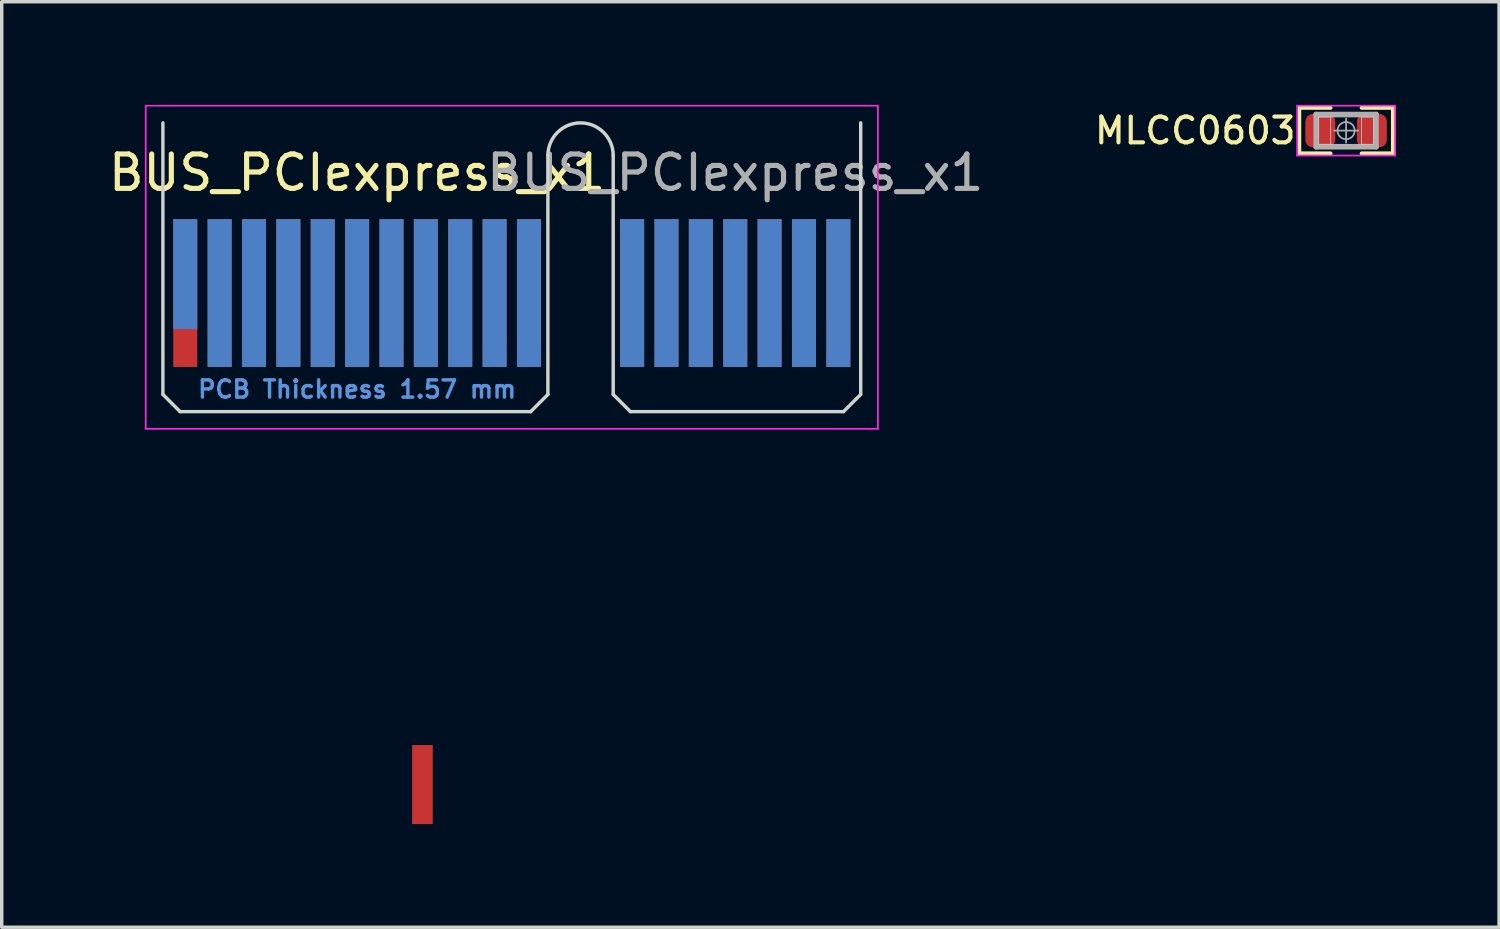
<source format=kicad_pcb>
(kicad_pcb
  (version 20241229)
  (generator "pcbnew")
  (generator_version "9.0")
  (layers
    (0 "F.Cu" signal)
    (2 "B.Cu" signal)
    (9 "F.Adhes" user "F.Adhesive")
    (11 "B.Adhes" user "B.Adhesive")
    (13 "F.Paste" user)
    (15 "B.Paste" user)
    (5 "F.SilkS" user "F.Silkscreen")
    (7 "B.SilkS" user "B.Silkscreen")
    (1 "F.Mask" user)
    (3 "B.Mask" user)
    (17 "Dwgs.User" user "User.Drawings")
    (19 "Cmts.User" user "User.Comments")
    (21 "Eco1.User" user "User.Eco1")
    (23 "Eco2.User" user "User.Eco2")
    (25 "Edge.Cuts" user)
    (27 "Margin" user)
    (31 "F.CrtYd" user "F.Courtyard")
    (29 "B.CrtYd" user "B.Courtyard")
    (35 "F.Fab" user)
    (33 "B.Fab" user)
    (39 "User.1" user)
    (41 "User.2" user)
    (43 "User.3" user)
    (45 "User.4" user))
  (footprint "BUS_PCIexpress_x1"
    (layer "F.Cu")
    (at 13.839 20.575)
    (property "Reference" "BUS_PCIexpress_x1" (at -6.5 -18.6 0) (layer "F.SilkS") (effects (font (size 1 1) (thickness 0.15))))
    (attr exclude_from_pos_files exclude_from_bom)
    (fp_line (start -12.15 -20.05) (end -12.15 -12.15) (stroke (width 0.1) (type solid)) (layer "Edge.Cuts"))
    (fp_line (start -12.15 -12.15) (end -11.65 -11.65) (stroke (width 0.1) (type solid)) (layer "Edge.Cuts"))
    (fp_line (start -11.65 -11.65) (end -1.45 -11.65) (stroke (width 0.1) (type solid)) (layer "Edge.Cuts"))
    (fp_line (start -0.95 -19.1) (end -0.95 -12.15) (stroke (width 0.1) (type solid)) (layer "Edge.Cuts"))
    (fp_line (start -0.95 -12.15) (end -1.45 -11.65) (stroke (width 0.1) (type solid)) (layer "Edge.Cuts"))
    (fp_line (start 0.95 -19.1) (end 0.95 -12.15) (stroke (width 0.1) (type solid)) (layer "Edge.Cuts"))
    (fp_line (start 0.95 -12.15) (end 1.45 -11.65) (stroke (width 0.1) (type solid)) (layer "Edge.Cuts"))
    (fp_line (start 1.45 -11.65) (end 7.65 -11.65) (stroke (width 0.1) (type solid)) (layer "Edge.Cuts"))
    (fp_line (start 8.15 -20.05) (end 8.15 -12.15) (stroke (width 0.1) (type solid)) (layer "Edge.Cuts"))
    (fp_line (start 8.15 -12.15) (end 7.65 -11.65) (stroke (width 0.1) (type solid)) (layer "Edge.Cuts"))
    (fp_arc (start -0.95 -19.1) (mid 0 -20.05) (end 0.95 -19.1) (stroke (width 0.1) (type solid)) (layer "Edge.Cuts"))
    (fp_line (start -12.65 -20.55) (end -12.65 -11.15) (stroke (width 0.05) (type solid)) (layer "F.CrtYd"))
    (fp_line (start -12.65 -20.55) (end 8.65 -20.55) (stroke (width 0.05) (type solid)) (layer "F.CrtYd"))
    (fp_line (start 8.65 -11.15) (end -12.65 -11.15) (stroke (width 0.05) (type solid)) (layer "F.CrtYd"))
    (fp_line (start 8.65 -11.15) (end 8.65 -20.55) (stroke (width 0.05) (type solid)) (layer "F.CrtYd"))
    (fp_text user "PCB Thickness 1.57 mm" (at -6.5 -12.3 180) (layer "Cmts.User") (effects (font (size 0.5 0.5) (thickness 0.1))))
    (fp_text user "${REFERENCE}" (at 4.5 -18.6 0) (layer "F.Fab") (effects (font (size 1 1) (thickness 0.15))))
    (pad "1" smd rect (at -4.6 -0.8 90) (size 2.3 0.6) (layers "F.Cu" "F.Mask" "F.Paste"))
    (pad "A1" connect rect (at -11.5 -15.65) (size 0.7 3.2) (layers "B.Cu" "B.Mask"))
    (pad "A2" connect rect (at -10.5 -15.1) (size 0.7 4.3) (layers "B.Cu" "B.Mask"))
    (pad "A3" connect rect (at -9.5 -15.1) (size 0.7 4.3) (layers "B.Cu" "B.Mask"))
    (pad "A4" connect rect (at -8.5 -15.1) (size 0.7 4.3) (layers "B.Cu" "B.Mask"))
    (pad "A5" connect rect (at -7.5 -15.1) (size 0.7 4.3) (layers "B.Cu" "B.Mask"))
    (pad "A6" connect rect (at -6.5 -15.1) (size 0.7 4.3) (layers "B.Cu" "B.Mask"))
    (pad "A7" connect rect (at -5.5 -15.1) (size 0.7 4.3) (layers "B.Cu" "B.Mask"))
    (pad "A8" connect rect (at -4.5 -15.1) (size 0.7 4.3) (layers "B.Cu" "B.Mask"))
    (pad "A9" connect rect (at -3.5 -15.1) (size 0.7 4.3) (layers "B.Cu" "B.Mask"))
    (pad "A10" connect rect (at -2.5 -15.1) (size 0.7 4.3) (layers "B.Cu" "B.Mask"))
    (pad "A11" connect rect (at -1.5 -15.1) (size 0.7 4.3) (layers "B.Cu" "B.Mask"))
    (pad "A12" connect rect (at 1.5 -15.1) (size 0.7 4.3) (layers "B.Cu" "B.Mask"))
    (pad "A13" connect rect (at 2.5 -15.1) (size 0.7 4.3) (layers "B.Cu" "B.Mask"))
    (pad "A14" connect rect (at 3.5 -15.1) (size 0.7 4.3) (layers "B.Cu" "B.Mask"))
    (pad "A15" connect rect (at 4.5 -15.1) (size 0.7 4.3) (layers "B.Cu" "B.Mask"))
    (pad "A16" connect rect (at 5.5 -15.1) (size 0.7 4.3) (layers "B.Cu" "B.Mask"))
    (pad "A17" connect rect (at 6.5 -15.1) (size 0.7 4.3) (layers "B.Cu" "B.Mask"))
    (pad "A18" connect rect (at 7.5 -15.1) (size 0.7 4.3) (layers "B.Cu" "B.Mask"))
    (pad "B1" connect rect (at -11.5 -15.1) (size 0.7 4.3) (layers "F.Cu" "F.Mask"))
    (pad "B2" connect rect (at -10.5 -15.1) (size 0.7 4.3) (layers "F.Cu" "F.Mask"))
    (pad "B3" connect rect (at -9.5 -15.1) (size 0.7 4.3) (layers "F.Cu" "F.Mask"))
    (pad "B4" connect rect (at -8.5 -15.1) (size 0.7 4.3) (layers "F.Cu" "F.Mask"))
    (pad "B5" connect rect (at -7.5 -15.1) (size 0.7 4.3) (layers "F.Cu" "F.Mask"))
    (pad "B6" connect rect (at -6.5 -15.1) (size 0.7 4.3) (layers "F.Cu" "F.Mask"))
    (pad "B7" connect rect (at -5.5 -15.1) (size 0.7 4.3) (layers "F.Cu" "F.Mask"))
    (pad "B8" connect rect (at -4.5 -15.1) (size 0.7 4.3) (layers "F.Cu" "F.Mask"))
    (pad "B9" connect rect (at -3.5 -15.1) (size 0.7 4.3) (layers "F.Cu" "F.Mask"))
    (pad "B10" connect rect (at -2.5 -15.1) (size 0.7 4.3) (layers "F.Cu" "F.Mask"))
    (pad "B11" connect rect (at -1.5 -15.1) (size 0.7 4.3) (layers "F.Cu" "F.Mask"))
    (pad "B12" connect rect (at 1.5 -15.1) (size 0.7 4.3) (layers "F.Cu" "F.Mask"))
    (pad "B13" connect rect (at 2.5 -15.1) (size 0.7 4.3) (layers "F.Cu" "F.Mask"))
    (pad "B14" connect rect (at 3.5 -15.1) (size 0.7 4.3) (layers "F.Cu" "F.Mask"))
    (pad "B15" connect rect (at 4.5 -15.1) (size 0.7 4.3) (layers "F.Cu" "F.Mask"))
    (pad "B16" connect rect (at 5.5 -15.1) (size 0.7 4.3) (layers "F.Cu" "F.Mask"))
    (pad "B17" connect rect (at 6.5 -15.65) (size 0.7 3.2) (layers "F.Cu" "F.Mask"))
    (pad "B18" connect rect (at 7.5 -15.1) (size 0.7 4.3) (layers "F.Cu" "F.Mask")))
  (footprint "MLCC0603"
    (layer "F.Cu")
    (at 36.11 0.75)
    (property "Reference" "MLCC0603" (at -1.4 0 0) (layer "F.SilkS") (effects (font (size 0.75 0.75) (thickness 0.12)) (justify right)))
    (attr smd)
    (fp_line (start -1.365 -0.665) (end -0.455 -0.665) (stroke (width 0.12) (type solid)) (layer "F.SilkS"))
    (fp_line (start -1.365 0.665) (end -1.365 -0.665) (stroke (width 0.12) (type solid)) (layer "F.SilkS"))
    (fp_line (start -0.455 0.665) (end -1.365 0.665) (stroke (width 0.12) (type solid)) (layer "F.SilkS"))
    (fp_line (start 0.455 0.665) (end 1.365 0.665) (stroke (width 0.12) (type solid)) (layer "F.SilkS"))
    (fp_line (start 1.365 -0.665) (end 0.455 -0.665) (stroke (width 0.12) (type solid)) (layer "F.SilkS"))
    (fp_line (start 1.365 0.665) (end 1.365 -0.665) (stroke (width 0.12) (type solid)) (layer "F.SilkS"))
    (fp_line (start -0.8 -0.4) (end -0.45 -0.4) (stroke (width 0.025) (type solid)) (layer "Dwgs.User"))
    (fp_line (start -0.8 -0.4) (end 0.8 -0.4) (stroke (width 0.025) (type solid)) (layer "Dwgs.User"))
    (fp_line (start -0.8 0.4) (end -0.8 -0.4) (stroke (width 0.025) (type solid)) (layer "Dwgs.User"))
    (fp_line (start -0.8 0.4) (end -0.8 -0.4) (stroke (width 0.025) (type solid)) (layer "Dwgs.User"))
    (fp_line (start -0.45 -0.4) (end -0.45 0.4) (stroke (width 0.025) (type solid)) (layer "Dwgs.User"))
    (fp_line (start -0.45 0.4) (end -0.8 0.4) (stroke (width 0.025) (type solid)) (layer "Dwgs.User"))
    (fp_line (start 0.45 -0.4) (end 0.8 -0.4) (stroke (width 0.025) (type solid)) (layer "Dwgs.User"))
    (fp_line (start 0.45 0.4) (end 0.45 -0.4) (stroke (width 0.025) (type solid)) (layer "Dwgs.User"))
    (fp_line (start 0.8 -0.4) (end 0.8 0.4) (stroke (width 0.025) (type solid)) (layer "Dwgs.User"))
    (fp_line (start 0.8 -0.4) (end 0.8 0.4) (stroke (width 0.025) (type solid)) (layer "Dwgs.User"))
    (fp_line (start 0.8 0.4) (end -0.8 0.4) (stroke (width 0.025) (type solid)) (layer "Dwgs.User"))
    (fp_line (start 0.8 0.4) (end 0.45 0.4) (stroke (width 0.025) (type solid)) (layer "Dwgs.User"))
    (fp_line (start -1.425 -0.725) (end 1.425 -0.725) (stroke (width 0.05) (type solid)) (layer "F.CrtYd"))
    (fp_line (start -1.425 0.725) (end -1.425 -0.725) (stroke (width 0.05) (type solid)) (layer "F.CrtYd"))
    (fp_line (start 1.425 -0.725) (end 1.425 0.725) (stroke (width 0.05) (type solid)) (layer "F.CrtYd"))
    (fp_line (start 1.425 0.725) (end -1.425 0.725) (stroke (width 0.05) (type solid)) (layer "F.CrtYd"))
    (fp_line (start -0.875 -0.475) (end 0.875 -0.475) (stroke (width 0.15) (type solid)) (layer "F.Fab"))
    (fp_line (start -0.875 0.475) (end -0.875 -0.475) (stroke (width 0.15) (type solid)) (layer "F.Fab"))
    (fp_line (start 0 -0.35) (end 0 0.35) (stroke (width 0.05) (type solid)) (layer "F.Fab"))
    (fp_line (start 0.35 0) (end -0.35 0) (stroke (width 0.05) (type solid)) (layer "F.Fab"))
    (fp_line (start 0.875 -0.475) (end 0.875 0.475) (stroke (width 0.15) (type solid)) (layer "F.Fab"))
    (fp_line (start 0.875 0.475) (end -0.875 0.475) (stroke (width 0.15) (type solid)) (layer "F.Fab"))
    (fp_circle (center 0 0) (end 0.25 0) (stroke (width 0.05) (type solid)) (fill no) (layer "F.Fab"))
    (pad "1" smd roundrect (at -0.75 0) (size 0.871 0.97) (layers "F.Cu" "F.Mask" "F.Paste") (roundrect_rratio 0.25))
    (pad "2" smd roundrect (at 0.75 0) (size 0.871 0.97) (layers "F.Cu" "F.Mask" "F.Paste") (roundrect_rratio 0.25)))
  (gr_rect
    (start -3 -3)
    (end 40.56 23.925)
    (stroke (width 0.1) (type default))
    (fill no)
    (layer "Edge.Cuts")))
</source>
